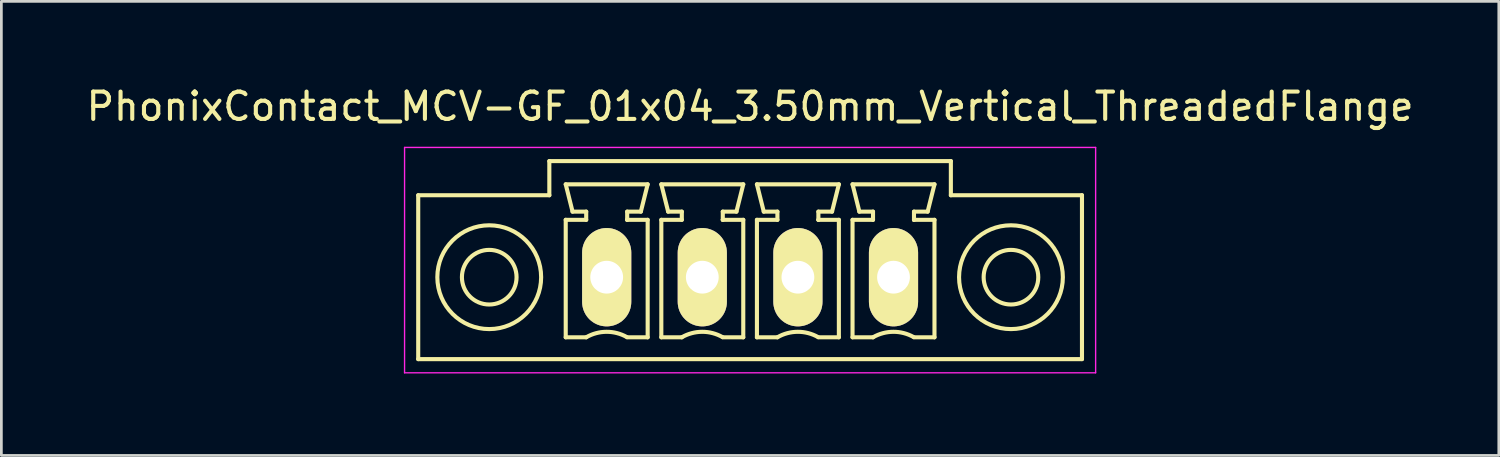
<source format=kicad_pcb>
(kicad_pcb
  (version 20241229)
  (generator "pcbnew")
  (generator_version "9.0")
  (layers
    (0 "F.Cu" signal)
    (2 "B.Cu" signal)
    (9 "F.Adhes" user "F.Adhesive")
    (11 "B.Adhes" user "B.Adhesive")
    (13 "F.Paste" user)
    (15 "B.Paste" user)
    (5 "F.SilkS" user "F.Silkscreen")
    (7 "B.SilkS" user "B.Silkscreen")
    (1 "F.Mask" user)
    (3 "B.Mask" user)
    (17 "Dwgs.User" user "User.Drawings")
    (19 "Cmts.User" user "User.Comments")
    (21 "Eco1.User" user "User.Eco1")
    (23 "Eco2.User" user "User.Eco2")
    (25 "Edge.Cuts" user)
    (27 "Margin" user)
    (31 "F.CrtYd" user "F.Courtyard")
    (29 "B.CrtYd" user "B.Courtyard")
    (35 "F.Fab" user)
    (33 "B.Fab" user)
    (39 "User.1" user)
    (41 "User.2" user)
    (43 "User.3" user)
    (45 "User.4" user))
  (footprint "PhonixContact_MCV-GF_01x04_3.50mm_Vertical_ThreadedFlange"
    (layer "F.Cu")
    (at 19.161 7.098)
    (property "Reference" "PhonixContact_MCV-GF_01x04_3.50mm_Vertical_ThreadedFlange" (at 5.25 -6.25 0) (layer "F.SilkS") (effects (font (size 1 1) (thickness 0.15))))
    (attr through_hole)
    (fp_line (start -6.9 -3) (end -6.9 3) (stroke (width 0.15) (type solid)) (layer "F.SilkS"))
    (fp_line (start -6.9 3) (end 17.4 3) (stroke (width 0.15) (type solid)) (layer "F.SilkS"))
    (fp_line (start -2.1 -4.25) (end -2.1 -3) (stroke (width 0.15) (type solid)) (layer "F.SilkS"))
    (fp_line (start -2.1 -3) (end -6.9 -3) (stroke (width 0.15) (type solid)) (layer "F.SilkS"))
    (fp_line (start -1.5 -3.4) (end 1.5 -3.4) (stroke (width 0.15) (type solid)) (layer "F.SilkS"))
    (fp_line (start -1.5 -2.1) (end -0.75 -2.1) (stroke (width 0.15) (type solid)) (layer "F.SilkS"))
    (fp_line (start -1.5 2.2) (end -1.5 -2.1) (stroke (width 0.15) (type solid)) (layer "F.SilkS"))
    (fp_line (start -1.25 -2.4) (end -1.5 -3.4) (stroke (width 0.15) (type solid)) (layer "F.SilkS"))
    (fp_line (start -0.75 -2.4) (end -1.25 -2.4) (stroke (width 0.15) (type solid)) (layer "F.SilkS"))
    (fp_line (start -0.75 -2.1) (end -0.75 -2.4) (stroke (width 0.15) (type solid)) (layer "F.SilkS"))
    (fp_line (start -0.75 2.2) (end -1.5 2.2) (stroke (width 0.15) (type solid)) (layer "F.SilkS"))
    (fp_line (start 0.75 -2.4) (end 0.75 -2.1) (stroke (width 0.15) (type solid)) (layer "F.SilkS"))
    (fp_line (start 0.75 -2.1) (end 0.75 -2.1) (stroke (width 0.15) (type solid)) (layer "F.SilkS"))
    (fp_line (start 0.75 -2.1) (end 1.5 -2.1) (stroke (width 0.15) (type solid)) (layer "F.SilkS"))
    (fp_line (start 1.25 -2.4) (end 0.75 -2.4) (stroke (width 0.15) (type solid)) (layer "F.SilkS"))
    (fp_line (start 1.5 -3.4) (end 1.25 -2.4) (stroke (width 0.15) (type solid)) (layer "F.SilkS"))
    (fp_line (start 1.5 -2.1) (end 1.5 2.2) (stroke (width 0.15) (type solid)) (layer "F.SilkS"))
    (fp_line (start 1.5 2.2) (end 0.75 2.2) (stroke (width 0.15) (type solid)) (layer "F.SilkS"))
    (fp_line (start 2 -3.4) (end 5 -3.4) (stroke (width 0.15) (type solid)) (layer "F.SilkS"))
    (fp_line (start 2 -2.1) (end 2.75 -2.1) (stroke (width 0.15) (type solid)) (layer "F.SilkS"))
    (fp_line (start 2 2.2) (end 2 -2.1) (stroke (width 0.15) (type solid)) (layer "F.SilkS"))
    (fp_line (start 2.25 -2.4) (end 2 -3.4) (stroke (width 0.15) (type solid)) (layer "F.SilkS"))
    (fp_line (start 2.75 -2.4) (end 2.25 -2.4) (stroke (width 0.15) (type solid)) (layer "F.SilkS"))
    (fp_line (start 2.75 -2.1) (end 2.75 -2.4) (stroke (width 0.15) (type solid)) (layer "F.SilkS"))
    (fp_line (start 2.75 2.2) (end 2 2.2) (stroke (width 0.15) (type solid)) (layer "F.SilkS"))
    (fp_line (start 4.25 -2.4) (end 4.25 -2.1) (stroke (width 0.15) (type solid)) (layer "F.SilkS"))
    (fp_line (start 4.25 -2.1) (end 4.25 -2.1) (stroke (width 0.15) (type solid)) (layer "F.SilkS"))
    (fp_line (start 4.25 -2.1) (end 5 -2.1) (stroke (width 0.15) (type solid)) (layer "F.SilkS"))
    (fp_line (start 4.75 -2.4) (end 4.25 -2.4) (stroke (width 0.15) (type solid)) (layer "F.SilkS"))
    (fp_line (start 5 -3.4) (end 4.75 -2.4) (stroke (width 0.15) (type solid)) (layer "F.SilkS"))
    (fp_line (start 5 -2.1) (end 5 2.2) (stroke (width 0.15) (type solid)) (layer "F.SilkS"))
    (fp_line (start 5 2.2) (end 4.25 2.2) (stroke (width 0.15) (type solid)) (layer "F.SilkS"))
    (fp_line (start 5.5 -3.4) (end 8.5 -3.4) (stroke (width 0.15) (type solid)) (layer "F.SilkS"))
    (fp_line (start 5.5 -2.1) (end 6.25 -2.1) (stroke (width 0.15) (type solid)) (layer "F.SilkS"))
    (fp_line (start 5.5 2.2) (end 5.5 -2.1) (stroke (width 0.15) (type solid)) (layer "F.SilkS"))
    (fp_line (start 5.75 -2.4) (end 5.5 -3.4) (stroke (width 0.15) (type solid)) (layer "F.SilkS"))
    (fp_line (start 6.25 -2.4) (end 5.75 -2.4) (stroke (width 0.15) (type solid)) (layer "F.SilkS"))
    (fp_line (start 6.25 -2.1) (end 6.25 -2.4) (stroke (width 0.15) (type solid)) (layer "F.SilkS"))
    (fp_line (start 6.25 2.2) (end 5.5 2.2) (stroke (width 0.15) (type solid)) (layer "F.SilkS"))
    (fp_line (start 7.75 -2.4) (end 7.75 -2.1) (stroke (width 0.15) (type solid)) (layer "F.SilkS"))
    (fp_line (start 7.75 -2.1) (end 7.75 -2.1) (stroke (width 0.15) (type solid)) (layer "F.SilkS"))
    (fp_line (start 7.75 -2.1) (end 8.5 -2.1) (stroke (width 0.15) (type solid)) (layer "F.SilkS"))
    (fp_line (start 8.25 -2.4) (end 7.75 -2.4) (stroke (width 0.15) (type solid)) (layer "F.SilkS"))
    (fp_line (start 8.5 -3.4) (end 8.25 -2.4) (stroke (width 0.15) (type solid)) (layer "F.SilkS"))
    (fp_line (start 8.5 -2.1) (end 8.5 2.2) (stroke (width 0.15) (type solid)) (layer "F.SilkS"))
    (fp_line (start 8.5 2.2) (end 7.75 2.2) (stroke (width 0.15) (type solid)) (layer "F.SilkS"))
    (fp_line (start 9 -3.4) (end 12 -3.4) (stroke (width 0.15) (type solid)) (layer "F.SilkS"))
    (fp_line (start 9 -2.1) (end 9.75 -2.1) (stroke (width 0.15) (type solid)) (layer "F.SilkS"))
    (fp_line (start 9 2.2) (end 9 -2.1) (stroke (width 0.15) (type solid)) (layer "F.SilkS"))
    (fp_line (start 9.25 -2.4) (end 9 -3.4) (stroke (width 0.15) (type solid)) (layer "F.SilkS"))
    (fp_line (start 9.75 -2.4) (end 9.25 -2.4) (stroke (width 0.15) (type solid)) (layer "F.SilkS"))
    (fp_line (start 9.75 -2.1) (end 9.75 -2.4) (stroke (width 0.15) (type solid)) (layer "F.SilkS"))
    (fp_line (start 9.75 2.2) (end 9 2.2) (stroke (width 0.15) (type solid)) (layer "F.SilkS"))
    (fp_line (start 11.25 -2.4) (end 11.25 -2.1) (stroke (width 0.15) (type solid)) (layer "F.SilkS"))
    (fp_line (start 11.25 -2.1) (end 11.25 -2.1) (stroke (width 0.15) (type solid)) (layer "F.SilkS"))
    (fp_line (start 11.25 -2.1) (end 12 -2.1) (stroke (width 0.15) (type solid)) (layer "F.SilkS"))
    (fp_line (start 11.75 -2.4) (end 11.25 -2.4) (stroke (width 0.15) (type solid)) (layer "F.SilkS"))
    (fp_line (start 12 -3.4) (end 11.75 -2.4) (stroke (width 0.15) (type solid)) (layer "F.SilkS"))
    (fp_line (start 12 -2.1) (end 12 2.2) (stroke (width 0.15) (type solid)) (layer "F.SilkS"))
    (fp_line (start 12 2.2) (end 11.25 2.2) (stroke (width 0.15) (type solid)) (layer "F.SilkS"))
    (fp_line (start 12.6 -4.25) (end -2.1 -4.25) (stroke (width 0.15) (type solid)) (layer "F.SilkS"))
    (fp_line (start 12.6 -3) (end 12.6 -4.25) (stroke (width 0.15) (type solid)) (layer "F.SilkS"))
    (fp_line (start 17.4 -3) (end 12.6 -3) (stroke (width 0.15) (type solid)) (layer "F.SilkS"))
    (fp_line (start 17.4 3) (end 17.4 -3) (stroke (width 0.15) (type solid)) (layer "F.SilkS"))
    (fp_arc (start -0.75 2.2) (mid -0.006068 1.999179) (end 0.739464 2.193978) (stroke (width 0.15) (type solid)) (layer "F.SilkS"))
    (fp_arc (start 2.75 2.2) (mid 3.493932 1.999179) (end 4.239464 2.193978) (stroke (width 0.15) (type solid)) (layer "F.SilkS"))
    (fp_arc (start 6.25 2.2) (mid 6.993932 1.999179) (end 7.739464 2.193978) (stroke (width 0.15) (type solid)) (layer "F.SilkS"))
    (fp_arc (start 9.75 2.2) (mid 10.493932 1.999179) (end 11.239464 2.193978) (stroke (width 0.15) (type solid)) (layer "F.SilkS"))
    (fp_circle (center -4.3 0) (end -3.3 0) (stroke (width 0.15) (type solid)) (fill no) (layer "F.SilkS"))
    (fp_circle (center -4.3 0) (end -2.4 0) (stroke (width 0.15) (type solid)) (fill no) (layer "F.SilkS"))
    (fp_circle (center 14.8 0) (end 15.8 0) (stroke (width 0.15) (type solid)) (fill no) (layer "F.SilkS"))
    (fp_circle (center 14.8 0) (end 16.7 0) (stroke (width 0.15) (type solid)) (fill no) (layer "F.SilkS"))
    (fp_line (start -7.4 -4.75) (end -7.4 3.5) (stroke (width 0.05) (type solid)) (layer "F.CrtYd"))
    (fp_line (start -7.4 3.5) (end 17.9 3.5) (stroke (width 0.05) (type solid)) (layer "F.CrtYd"))
    (fp_line (start 17.9 -4.75) (end -7.4 -4.75) (stroke (width 0.05) (type solid)) (layer "F.CrtYd"))
    (fp_line (start 17.9 3.5) (end 17.9 -4.75) (stroke (width 0.05) (type solid)) (layer "F.CrtYd"))
    (pad "1" thru_hole oval (at 0 0) (size 1.8 3.6) (drill 1.2) (layers "*.Cu" "*.Mask" "F.SilkS"))
    (pad "2" thru_hole oval (at 3.5 0) (size 1.8 3.6) (drill 1.2) (layers "*.Cu" "*.Mask" "F.SilkS"))
    (pad "3" thru_hole oval (at 7 0) (size 1.8 3.6) (drill 1.2) (layers "*.Cu" "*.Mask" "F.SilkS"))
    (pad "4" thru_hole oval (at 10.5 0) (size 1.8 3.6) (drill 1.2) (layers "*.Cu" "*.Mask" "F.SilkS")))
  (gr_rect
    (start -3 -3)
    (end 51.821 13.623)
    (stroke (width 0.1) (type default))
    (fill no)
    (layer "Edge.Cuts")))
</source>
